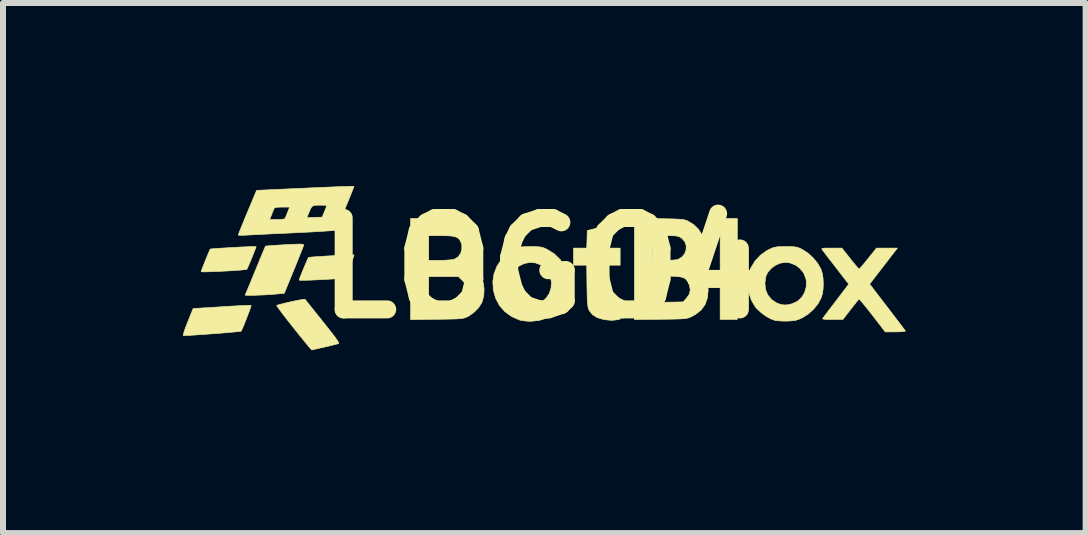
<source format=kicad_pcb>
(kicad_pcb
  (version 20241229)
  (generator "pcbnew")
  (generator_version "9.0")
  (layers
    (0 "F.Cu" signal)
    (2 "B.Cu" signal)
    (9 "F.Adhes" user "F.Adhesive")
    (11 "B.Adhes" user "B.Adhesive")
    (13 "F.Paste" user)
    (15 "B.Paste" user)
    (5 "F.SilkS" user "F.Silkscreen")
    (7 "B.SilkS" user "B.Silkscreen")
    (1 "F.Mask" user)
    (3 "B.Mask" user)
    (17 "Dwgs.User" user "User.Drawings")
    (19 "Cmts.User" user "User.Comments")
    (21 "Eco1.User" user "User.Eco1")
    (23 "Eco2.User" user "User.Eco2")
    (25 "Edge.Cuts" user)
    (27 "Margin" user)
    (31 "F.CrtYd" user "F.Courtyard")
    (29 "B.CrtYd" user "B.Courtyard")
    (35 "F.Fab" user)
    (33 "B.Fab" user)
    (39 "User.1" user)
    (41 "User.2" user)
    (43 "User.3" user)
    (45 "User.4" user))
  (footprint "LOGO4"
    (layer "F.Cu")
    (at 6.017 1.418)
    (property "Reference" "LOGO4" (at 0 0 0) (layer "F.SilkS") (effects (font (size 1.524 1.524) (thickness 0.3))))
    (attr through_hole)
    (fp_poly (pts (xy 3.223 0.857) (xy 2.937 0.857) (xy 2.937 -0.826) (xy 3.223 -0.826) (xy 3.223 0.857)) (stroke (width 0.01) (type solid)) (fill yes) (layer "F.SilkS"))
    (fp_poly (pts (xy -3.165 -0.218) (xy -3.169 -0.202) (xy -3.183 -0.163) (xy -3.206 -0.105) (xy -3.234 -0.036) (xy -3.24 -0.021) (xy -3.321 0.17) (xy -3.482 0.18) (xy -3.649 0.19) (xy -3.791 0.197) (xy -3.905 0.202) (xy -3.992 0.204) (xy -4.05 0.204) (xy -4.077 0.202) (xy -4.08 0.2) (xy -4.074 0.18) (xy -4.059 0.138) (xy -4.036 0.082) (xy -4.01 0.018) (xy -3.983 -0.047) (xy -3.958 -0.105) (xy -3.938 -0.15) (xy -3.926 -0.174) (xy -3.924 -0.177) (xy -3.906 -0.18) (xy -3.862 -0.184) (xy -3.797 -0.189) (xy -3.717 -0.194) (xy -3.627 -0.2) (xy -3.532 -0.205) (xy -3.438 -0.21) (xy -3.349 -0.214) (xy -3.273 -0.217) (xy -3.213 -0.219) (xy -3.175 -0.219) (xy -3.165 -0.218)) (stroke (width 0.01) (type solid)) (fill yes) (layer "F.SilkS"))
    (fp_poly (pts (xy -4.884 0.621) (xy -4.881 0.622) (xy -4.884 0.638) (xy -4.897 0.677) (xy -4.917 0.733) (xy -4.942 0.798) (xy -4.969 0.868) (xy -4.995 0.934) (xy -5.019 0.992) (xy -5.038 1.033) (xy -5.048 1.053) (xy -5.066 1.056) (xy -5.11 1.061) (xy -5.176 1.067) (xy -5.26 1.075) (xy -5.357 1.083) (xy -5.462 1.091) (xy -5.571 1.099) (xy -5.678 1.107) (xy -5.78 1.114) (xy -5.871 1.12) (xy -5.947 1.124) (xy -6.003 1.126) (xy -6.011 1.127) (xy -6.012 1.113) (xy -6.002 1.074) (xy -5.983 1.015) (xy -5.954 0.939) (xy -5.939 0.901) (xy -5.848 0.675) (xy -5.368 0.645) (xy -5.248 0.637) (xy -5.139 0.631) (xy -5.044 0.626) (xy -4.967 0.623) (xy -4.913 0.621) (xy -4.884 0.621)) (stroke (width 0.01) (type solid)) (fill yes) (layer "F.SilkS"))
    (fp_poly (pts (xy 0.984 -0.333) (xy 1.27 -0.333) (xy 1.27 -0.048) (xy 0.982 -0.048) (xy 0.987 0.24) (xy 0.992 0.527) (xy 1.037 0.565) (xy 1.07 0.588) (xy 1.11 0.6) (xy 1.167 0.603) (xy 1.176 0.603) (xy 1.27 0.603) (xy 1.27 0.853) (xy 1.21 0.863) (xy 1.157 0.87) (xy 1.105 0.87) (xy 1.042 0.864) (xy 0.984 0.855) (xy 0.887 0.826) (xy 0.81 0.778) (xy 0.756 0.711) (xy 0.753 0.704) (xy 0.742 0.68) (xy 0.735 0.652) (xy 0.729 0.614) (xy 0.724 0.563) (xy 0.721 0.494) (xy 0.719 0.401) (xy 0.717 0.298) (xy 0.713 -0.048) (xy 0.492 -0.048) (xy 0.492 -0.333) (xy 0.713 -0.333) (xy 0.718 -0.479) (xy 0.722 -0.625) (xy 0.796 -0.644) (xy 0.855 -0.658) (xy 0.913 -0.671) (xy 0.927 -0.673) (xy 0.984 -0.684) (xy 0.984 -0.333)) (stroke (width 0.01) (type solid)) (fill yes) (layer "F.SilkS"))
    (fp_poly (pts (xy -4.798 -0.358) (xy -4.802 -0.343) (xy -4.816 -0.305) (xy -4.836 -0.252) (xy -4.862 -0.189) (xy -4.888 -0.125) (xy -4.913 -0.065) (xy -4.935 -0.016) (xy -4.949 0.014) (xy -4.953 0.021) (xy -4.971 0.025) (xy -5.015 0.03) (xy -5.08 0.036) (xy -5.159 0.041) (xy -5.249 0.047) (xy -5.344 0.052) (xy -5.438 0.057) (xy -5.526 0.06) (xy -5.603 0.063) (xy -5.664 0.064) (xy -5.703 0.063) (xy -5.715 0.06) (xy -5.709 0.042) (xy -5.694 0.002) (xy -5.672 -0.054) (xy -5.647 -0.118) (xy -5.62 -0.183) (xy -5.596 -0.242) (xy -5.576 -0.288) (xy -5.564 -0.314) (xy -5.562 -0.317) (xy -5.545 -0.319) (xy -5.502 -0.323) (xy -5.438 -0.328) (xy -5.358 -0.333) (xy -5.268 -0.338) (xy -5.173 -0.344) (xy -5.078 -0.349) (xy -4.99 -0.353) (xy -4.912 -0.356) (xy -4.85 -0.359) (xy -4.811 -0.359) (xy -4.798 -0.358)) (stroke (width 0.01) (type solid)) (fill yes) (layer "F.SilkS"))
    (fp_poly (pts (xy -4.036 -0.398) (xy -4.016 -0.395) (xy -4.007 -0.389) (xy -4.006 -0.38) (xy -4.008 -0.373) (xy -4.016 -0.35) (xy -4.034 -0.302) (xy -4.062 -0.234) (xy -4.096 -0.148) (xy -4.135 -0.051) (xy -4.172 0.04) (xy -4.329 0.421) (xy -4.431 0.431) (xy -4.511 0.438) (xy -4.598 0.444) (xy -4.688 0.449) (xy -4.775 0.452) (xy -4.853 0.455) (xy -4.916 0.455) (xy -4.961 0.454) (xy -4.98 0.451) (xy -4.981 0.45) (xy -4.973 0.432) (xy -4.954 0.389) (xy -4.927 0.324) (xy -4.893 0.242) (xy -4.854 0.147) (xy -4.811 0.041) (xy -4.81 0.04) (xy -4.767 -0.065) (xy -4.728 -0.161) (xy -4.694 -0.242) (xy -4.667 -0.306) (xy -4.649 -0.348) (xy -4.641 -0.365) (xy -4.641 -0.365) (xy -4.623 -0.368) (xy -4.579 -0.372) (xy -4.513 -0.377) (xy -4.43 -0.382) (xy -4.334 -0.388) (xy -4.316 -0.389) (xy -4.209 -0.394) (xy -4.129 -0.398) (xy -4.073 -0.399) (xy -4.036 -0.398)) (stroke (width 0.01) (type solid)) (fill yes) (layer "F.SilkS"))
    (fp_poly (pts (xy -3.983 0.52) (xy -3.971 0.535) (xy -3.942 0.572) (xy -3.898 0.627) (xy -3.842 0.697) (xy -3.776 0.779) (xy -3.704 0.869) (xy -3.686 0.892) (xy -3.6 1) (xy -3.533 1.086) (xy -3.483 1.151) (xy -3.449 1.199) (xy -3.429 1.232) (xy -3.421 1.251) (xy -3.424 1.26) (xy -3.425 1.26) (xy -3.456 1.268) (xy -3.507 1.281) (xy -3.571 1.297) (xy -3.643 1.314) (xy -3.715 1.33) (xy -3.781 1.345) (xy -3.833 1.357) (xy -3.865 1.364) (xy -3.871 1.364) (xy -3.883 1.352) (xy -3.913 1.318) (xy -3.956 1.266) (xy -4.012 1.197) (xy -4.078 1.116) (xy -4.15 1.026) (xy -4.172 0.998) (xy -4.246 0.905) (xy -4.312 0.821) (xy -4.368 0.747) (xy -4.412 0.688) (xy -4.442 0.647) (xy -4.455 0.626) (xy -4.455 0.624) (xy -4.436 0.616) (xy -4.393 0.604) (xy -4.332 0.588) (xy -4.262 0.572) (xy -4.187 0.555) (xy -4.116 0.541) (xy -4.054 0.529) (xy -4.008 0.521) (xy -3.985 0.52) (xy -3.983 0.52)) (stroke (width 0.01) (type solid)) (fill yes) (layer "F.SilkS"))
    (fp_poly (pts (xy -0.141 -0.357) (xy -0.082 -0.354) (xy -0.038 -0.347) (xy -0.001 -0.336) (xy 0.039 -0.318) (xy 0.048 -0.314) (xy 0.172 -0.237) (xy 0.271 -0.14) (xy 0.345 -0.026) (xy 0.392 0.102) (xy 0.41 0.242) (xy 0.408 0.313) (xy 0.383 0.452) (xy 0.331 0.575) (xy 0.256 0.682) (xy 0.159 0.769) (xy 0.045 0.834) (xy -0.085 0.875) (xy -0.228 0.888) (xy -0.228 0.888) (xy -0.296 0.884) (xy -0.361 0.876) (xy -0.405 0.867) (xy -0.538 0.809) (xy -0.65 0.728) (xy -0.74 0.627) (xy -0.805 0.505) (xy -0.844 0.367) (xy -0.852 0.229) (xy -0.851 0.219) (xy -0.566 0.219) (xy -0.563 0.319) (xy -0.532 0.414) (xy -0.478 0.497) (xy -0.404 0.563) (xy -0.341 0.595) (xy -0.254 0.613) (xy -0.159 0.607) (xy -0.068 0.579) (xy -0.039 0.564) (xy 0.035 0.504) (xy 0.088 0.425) (xy 0.118 0.336) (xy 0.125 0.24) (xy 0.108 0.146) (xy 0.066 0.059) (xy 0.024 0.008) (xy -0.056 -0.053) (xy -0.144 -0.086) (xy -0.235 -0.093) (xy -0.324 -0.077) (xy -0.406 -0.039) (xy -0.476 0.02) (xy -0.53 0.097) (xy -0.562 0.192) (xy -0.566 0.219) (xy -0.851 0.219) (xy -0.832 0.096) (xy -0.784 -0.029) (xy -0.71 -0.142) (xy -0.614 -0.237) (xy -0.497 -0.312) (xy -0.496 -0.312) (xy -0.454 -0.332) (xy -0.416 -0.345) (xy -0.375 -0.352) (xy -0.321 -0.356) (xy -0.247 -0.357) (xy -0.222 -0.357) (xy -0.141 -0.357)) (stroke (width 0.01) (type solid)) (fill yes) (layer "F.SilkS"))
    (fp_poly (pts (xy 5.104 -0.159) (xy 5.154 -0.096) (xy 5.198 -0.043) (xy 5.231 -0.005) (xy 5.25 0.015) (xy 5.253 0.016) (xy 5.267 0.004) (xy 5.296 -0.028) (xy 5.337 -0.077) (xy 5.386 -0.137) (xy 5.404 -0.159) (xy 5.543 -0.333) (xy 5.892 -0.333) (xy 5.76 -0.163) (xy 5.7 -0.084) (xy 5.635 -0.000032) (xy 5.574 0.079) (xy 5.529 0.137) (xy 5.429 0.267) (xy 5.721 0.648) (xy 5.795 0.744) (xy 5.862 0.833) (xy 5.921 0.91) (xy 5.969 0.973) (xy 6.003 1.019) (xy 6.022 1.043) (xy 6.024 1.047) (xy 6.016 1.055) (xy 5.979 1.06) (xy 5.912 1.063) (xy 5.862 1.064) (xy 5.689 1.064) (xy 5.476 0.787) (xy 5.413 0.707) (xy 5.357 0.637) (xy 5.31 0.58) (xy 5.275 0.54) (xy 5.255 0.52) (xy 5.251 0.518) (xy 5.238 0.533) (xy 5.209 0.567) (xy 5.169 0.618) (xy 5.121 0.678) (xy 5.111 0.691) (xy 4.983 0.857) (xy 4.807 0.857) (xy 4.729 0.857) (xy 4.678 0.854) (xy 4.652 0.849) (xy 4.645 0.842) (xy 4.647 0.837) (xy 4.661 0.819) (xy 4.691 0.78) (xy 4.734 0.723) (xy 4.787 0.653) (xy 4.848 0.574) (xy 4.871 0.543) (xy 5.081 0.268) (xy 4.87 -0.004) (xy 4.807 -0.086) (xy 4.749 -0.16) (xy 4.7 -0.224) (xy 4.664 -0.272) (xy 4.642 -0.3) (xy 4.639 -0.305) (xy 4.631 -0.317) (xy 4.635 -0.325) (xy 4.653 -0.33) (xy 4.691 -0.333) (xy 4.755 -0.333) (xy 4.792 -0.333) (xy 4.967 -0.333) (xy 5.104 -0.159)) (stroke (width 0.01) (type solid)) (fill yes) (layer "F.SilkS"))
    (fp_poly (pts (xy 4.112 -0.357) (xy 4.169 -0.354) (xy 4.212 -0.348) (xy 4.248 -0.337) (xy 4.287 -0.319) (xy 4.311 -0.307) (xy 4.403 -0.247) (xy 4.489 -0.168) (xy 4.562 -0.079) (xy 4.614 0.011) (xy 4.62 0.027) (xy 4.64 0.09) (xy 4.651 0.157) (xy 4.656 0.24) (xy 4.656 0.262) (xy 4.653 0.35) (xy 4.644 0.419) (xy 4.626 0.482) (xy 4.62 0.497) (xy 4.569 0.594) (xy 4.494 0.687) (xy 4.402 0.769) (xy 4.306 0.829) (xy 4.25 0.854) (xy 4.201 0.87) (xy 4.148 0.879) (xy 4.079 0.883) (xy 4.058 0.884) (xy 3.984 0.884) (xy 3.913 0.88) (xy 3.858 0.874) (xy 3.846 0.871) (xy 3.776 0.845) (xy 3.697 0.8) (xy 3.619 0.742) (xy 3.551 0.679) (xy 3.52 0.643) (xy 3.458 0.537) (xy 3.417 0.414) (xy 3.399 0.285) (xy 3.401 0.25) (xy 3.683 0.25) (xy 3.693 0.354) (xy 3.73 0.447) (xy 3.792 0.523) (xy 3.876 0.581) (xy 3.937 0.604) (xy 4.002 0.616) (xy 4.072 0.612) (xy 4.138 0.595) (xy 4.226 0.554) (xy 4.296 0.489) (xy 4.346 0.407) (xy 4.372 0.313) (xy 4.373 0.211) (xy 4.365 0.173) (xy 4.329 0.083) (xy 4.268 0.006) (xy 4.188 -0.052) (xy 4.097 -0.087) (xy 4.026 -0.095) (xy 3.94 -0.082) (xy 3.856 -0.045) (xy 3.783 0.01) (xy 3.727 0.077) (xy 3.7 0.137) (xy 3.683 0.25) (xy 3.401 0.25) (xy 3.404 0.155) (xy 3.433 0.034) (xy 3.449 -0.002) (xy 3.517 -0.115) (xy 3.608 -0.214) (xy 3.716 -0.291) (xy 3.743 -0.305) (xy 3.791 -0.328) (xy 3.83 -0.343) (xy 3.87 -0.351) (xy 3.919 -0.356) (xy 3.986 -0.357) (xy 4.032 -0.357) (xy 4.112 -0.357)) (stroke (width 0.01) (type solid)) (fill yes) (layer "F.SilkS"))
    (fp_poly (pts (xy -3.168 -1.363) (xy -3.172 -1.347) (xy -3.187 -1.307) (xy -3.211 -1.245) (xy -3.243 -1.166) (xy -3.281 -1.073) (xy -3.311 -1) (xy -3.352 -0.9) (xy -3.39 -0.811) (xy -3.421 -0.735) (xy -3.445 -0.677) (xy -3.46 -0.641) (xy -3.464 -0.631) (xy -3.48 -0.628) (xy -3.525 -0.624) (xy -3.595 -0.619) (xy -3.687 -0.613) (xy -3.798 -0.606) (xy -3.923 -0.599) (xy -4.062 -0.593) (xy -4.151 -0.588) (xy -4.301 -0.581) (xy -4.446 -0.575) (xy -4.581 -0.568) (xy -4.703 -0.562) (xy -4.808 -0.557) (xy -4.891 -0.552) (xy -4.948 -0.549) (xy -4.965 -0.548) (xy -5.025 -0.546) (xy -5.07 -0.546) (xy -5.094 -0.549) (xy -5.096 -0.551) (xy -5.09 -0.568) (xy -5.074 -0.61) (xy -5.048 -0.674) (xy -5.015 -0.754) (xy -4.993 -0.81) (xy -4.572 -0.81) (xy -4.446 -0.81) (xy -4.373 -0.812) (xy -4.329 -0.819) (xy -4.313 -0.829) (xy -4.309 -0.84) (xy -3.952 -0.84) (xy -3.824 -0.845) (xy -3.696 -0.849) (xy -3.658 -0.943) (xy -3.638 -0.993) (xy -3.624 -1.028) (xy -3.619 -1.043) (xy -3.634 -1.045) (xy -3.673 -1.047) (xy -3.727 -1.048) (xy -3.737 -1.048) (xy -3.801 -1.047) (xy -3.842 -1.04) (xy -3.87 -1.021) (xy -3.892 -0.985) (xy -3.917 -0.925) (xy -3.918 -0.924) (xy -3.952 -0.84) (xy -4.309 -0.84) (xy -4.303 -0.855) (xy -4.286 -0.898) (xy -4.272 -0.933) (xy -4.239 -1.016) (xy -4.364 -1.016) (xy -4.438 -1.014) (xy -4.482 -1.006) (xy -4.497 -0.996) (xy -4.507 -0.971) (xy -4.525 -0.928) (xy -4.538 -0.893) (xy -4.572 -0.81) (xy -4.993 -0.81) (xy -4.977 -0.848) (xy -4.943 -0.929) (xy -4.79 -1.295) (xy -3.982 -1.332) (xy -3.825 -1.339) (xy -3.678 -1.345) (xy -3.543 -1.351) (xy -3.425 -1.356) (xy -3.325 -1.359) (xy -3.247 -1.362) (xy -3.194 -1.363) (xy -3.169 -1.363) (xy -3.168 -1.363)) (stroke (width 0.01) (type solid)) (fill yes) (layer "F.SilkS"))
    (fp_poly (pts (xy 1.917 -0.823) (xy 2.043 -0.821) (xy 2.142 -0.819) (xy 2.217 -0.816) (xy 2.274 -0.813) (xy 2.316 -0.809) (xy 2.348 -0.802) (xy 2.374 -0.794) (xy 2.398 -0.784) (xy 2.499 -0.722) (xy 2.579 -0.643) (xy 2.636 -0.55) (xy 2.67 -0.448) (xy 2.68 -0.343) (xy 2.663 -0.238) (xy 2.62 -0.139) (xy 2.579 -0.082) (xy 2.521 -0.015) (xy 2.595 0.05) (xy 2.663 0.119) (xy 2.706 0.189) (xy 2.73 0.268) (xy 2.737 0.368) (xy 2.737 0.373) (xy 2.724 0.499) (xy 2.686 0.607) (xy 2.622 0.697) (xy 2.53 0.771) (xy 2.462 0.808) (xy 2.435 0.82) (xy 2.41 0.83) (xy 2.383 0.837) (xy 2.349 0.843) (xy 2.304 0.846) (xy 2.245 0.849) (xy 2.166 0.851) (xy 2.064 0.853) (xy 1.941 0.854) (xy 1.508 0.859) (xy 1.508 0.574) (xy 1.809 0.574) (xy 2.065 0.569) (xy 2.32 0.564) (xy 2.374 0.505) (xy 2.422 0.437) (xy 2.439 0.367) (xy 2.427 0.292) (xy 2.416 0.265) (xy 2.393 0.22) (xy 2.366 0.186) (xy 2.33 0.163) (xy 2.28 0.148) (xy 2.212 0.14) (xy 2.12 0.136) (xy 2.048 0.135) (xy 1.818 0.135) (xy 1.809 0.574) (xy 1.508 0.574) (xy 1.508 -0.54) (xy 1.81 -0.54) (xy 1.81 -0.344) (xy 1.811 -0.268) (xy 1.813 -0.204) (xy 1.816 -0.159) (xy 1.82 -0.138) (xy 1.82 -0.138) (xy 1.841 -0.132) (xy 1.887 -0.129) (xy 1.948 -0.127) (xy 2.019 -0.127) (xy 2.09 -0.129) (xy 2.155 -0.133) (xy 2.206 -0.138) (xy 2.233 -0.144) (xy 2.3 -0.183) (xy 2.346 -0.239) (xy 2.369 -0.305) (xy 2.371 -0.374) (xy 2.348 -0.439) (xy 2.301 -0.494) (xy 2.288 -0.503) (xy 2.263 -0.518) (xy 2.237 -0.528) (xy 2.203 -0.535) (xy 2.155 -0.538) (xy 2.087 -0.54) (xy 2.022 -0.54) (xy 1.81 -0.54) (xy 1.508 -0.54) (xy 1.508 -0.827) (xy 1.917 -0.823)) (stroke (width 0.01) (type solid)) (fill yes) (layer "F.SilkS"))
    (fp_poly (pts (xy -1.814 -0.823) (xy -1.689 -0.821) (xy -1.591 -0.819) (xy -1.517 -0.817) (xy -1.461 -0.814) (xy -1.42 -0.809) (xy -1.389 -0.803) (xy -1.363 -0.795) (xy -1.339 -0.785) (xy -1.327 -0.779) (xy -1.24 -0.724) (xy -1.163 -0.652) (xy -1.106 -0.573) (xy -1.094 -0.55) (xy -1.069 -0.465) (xy -1.062 -0.366) (xy -1.072 -0.265) (xy -1.098 -0.176) (xy -1.105 -0.162) (xy -1.135 -0.109) (xy -1.169 -0.064) (xy -1.188 -0.046) (xy -1.214 -0.02) (xy -1.214 -0.006) (xy -1.208 -0.004) (xy -1.17 0.02) (xy -1.124 0.061) (xy -1.079 0.112) (xy -1.042 0.163) (xy -1.033 0.181) (xy -1.008 0.259) (xy -0.998 0.353) (xy -1.003 0.452) (xy -1.023 0.542) (xy -1.037 0.579) (xy -1.092 0.664) (xy -1.169 0.741) (xy -1.259 0.803) (xy -1.284 0.815) (xy -1.308 0.826) (xy -1.333 0.834) (xy -1.364 0.84) (xy -1.404 0.844) (xy -1.458 0.848) (xy -1.53 0.85) (xy -1.624 0.852) (xy -1.744 0.854) (xy -1.79 0.854) (xy -2.223 0.86) (xy -2.223 0.143) (xy -1.921 0.143) (xy -1.921 0.572) (xy -1.685 0.572) (xy -1.593 0.571) (xy -1.526 0.57) (xy -1.479 0.566) (xy -1.447 0.56) (xy -1.422 0.551) (xy -1.399 0.537) (xy -1.396 0.535) (xy -1.342 0.488) (xy -1.313 0.431) (xy -1.302 0.356) (xy -1.302 0.343) (xy -1.305 0.295) (xy -1.317 0.259) (xy -1.345 0.223) (xy -1.363 0.205) (xy -1.425 0.143) (xy -1.921 0.143) (xy -2.223 0.143) (xy -2.223 -0.54) (xy -1.921 -0.54) (xy -1.921 -0.127) (xy -1.734 -0.128) (xy -1.655 -0.13) (xy -1.581 -0.135) (xy -1.523 -0.141) (xy -1.493 -0.148) (xy -1.433 -0.184) (xy -1.391 -0.24) (xy -1.369 -0.309) (xy -1.369 -0.383) (xy -1.389 -0.445) (xy -1.412 -0.481) (xy -1.442 -0.506) (xy -1.485 -0.523) (xy -1.544 -0.534) (xy -1.626 -0.539) (xy -1.714 -0.54) (xy -1.921 -0.54) (xy -2.223 -0.54) (xy -2.223 -0.827) (xy -1.814 -0.823)) (stroke (width 0.01) (type solid)) (fill yes) (layer "F.SilkS")))
  (gr_rect
    (start -3 -3)
    (end 15.046 5.836)
    (stroke (width 0.1) (type default))
    (fill no)
    (layer "Edge.Cuts")))
</source>
